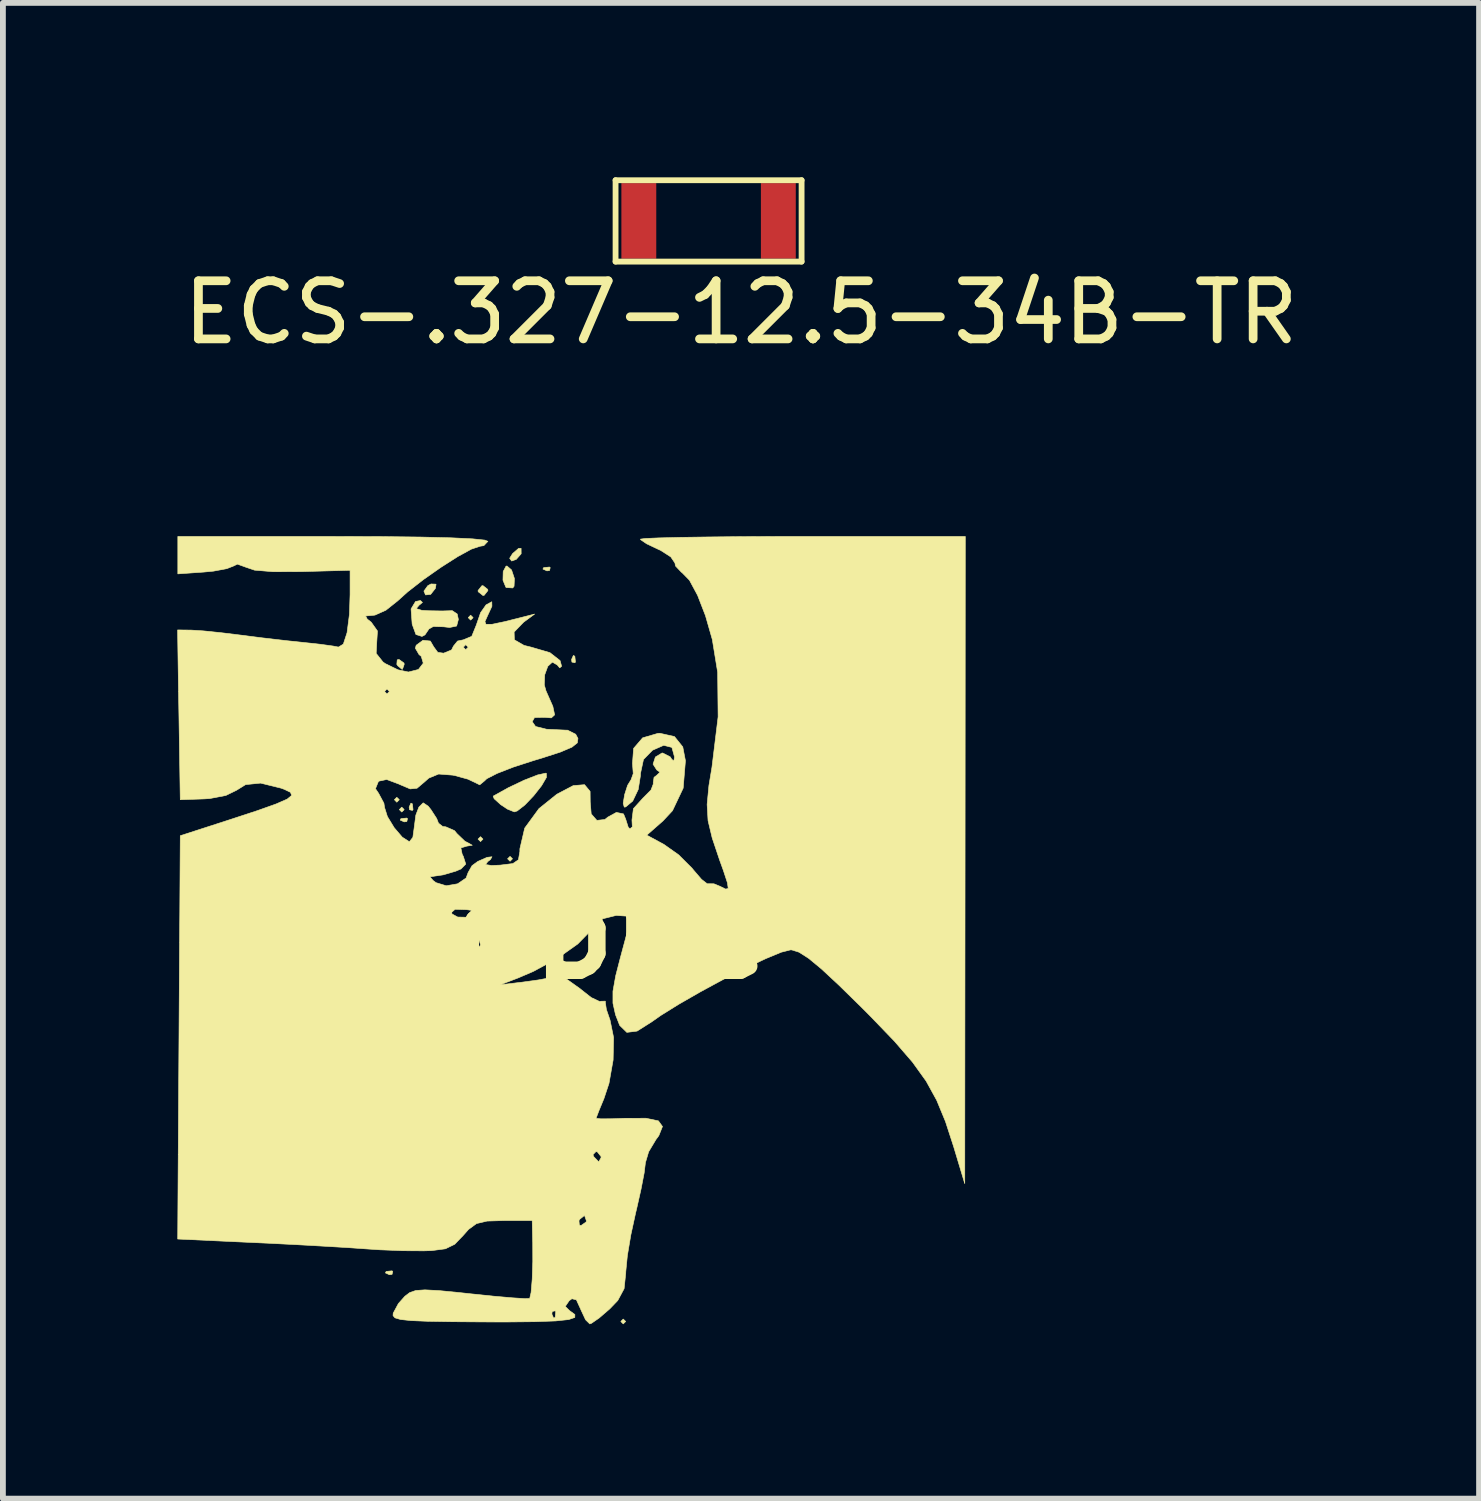
<source format=kicad_pcb>
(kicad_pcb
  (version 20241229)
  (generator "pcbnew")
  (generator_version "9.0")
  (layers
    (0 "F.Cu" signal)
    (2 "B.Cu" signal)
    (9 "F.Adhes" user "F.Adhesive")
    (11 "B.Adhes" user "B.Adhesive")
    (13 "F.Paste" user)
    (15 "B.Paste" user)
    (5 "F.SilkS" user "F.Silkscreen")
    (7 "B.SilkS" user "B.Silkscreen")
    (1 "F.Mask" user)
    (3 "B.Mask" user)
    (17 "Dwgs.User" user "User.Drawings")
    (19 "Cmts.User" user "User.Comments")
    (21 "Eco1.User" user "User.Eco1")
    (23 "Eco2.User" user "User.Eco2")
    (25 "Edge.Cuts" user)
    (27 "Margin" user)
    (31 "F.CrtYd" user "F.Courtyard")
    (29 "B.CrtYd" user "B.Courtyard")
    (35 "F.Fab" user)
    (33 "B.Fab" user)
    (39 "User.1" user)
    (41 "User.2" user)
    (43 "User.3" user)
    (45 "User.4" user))
  (footprint "hoppe"
    (layer "F.Cu")
    (at 6.782 12.951)
    (property "Reference" "hoppe" (at 0 0 0) (layer "F.SilkS") (effects (font (size 1.524 1.524) (thickness 0.3))))
    (attr through_hole)
    (fp_poly (pts (xy -2.963 -2.244) (xy -3.006 -2.201) (xy -3.048 -2.244) (xy -3.006 -2.286) (xy -2.963 -2.244)) (stroke (width 0.01) (type solid)) (fill yes) (layer "F.SilkS"))
    (fp_poly (pts (xy -2.879 -2.074) (xy -2.921 -2.032) (xy -2.963 -2.074) (xy -2.921 -2.117) (xy -2.879 -2.074)) (stroke (width 0.01) (type solid)) (fill yes) (layer "F.SilkS"))
    (fp_poly (pts (xy -1.693 -5.376) (xy -1.736 -5.334) (xy -1.778 -5.376) (xy -1.736 -5.419) (xy -1.693 -5.376)) (stroke (width 0.01) (type solid)) (fill yes) (layer "F.SilkS"))
    (fp_poly (pts (xy -1.524 -1.566) (xy -1.566 -1.524) (xy -1.609 -1.566) (xy -1.566 -1.609) (xy -1.524 -1.566)) (stroke (width 0.01) (type solid)) (fill yes) (layer "F.SilkS"))
    (fp_poly (pts (xy -1.016 -1.228) (xy -1.058 -1.185) (xy -1.101 -1.228) (xy -1.058 -1.27) (xy -1.016 -1.228)) (stroke (width 0.01) (type solid)) (fill yes) (layer "F.SilkS"))
    (fp_poly (pts (xy 0.931 6.731) (xy 0.889 6.773) (xy 0.847 6.731) (xy 0.889 6.689) (xy 0.931 6.731)) (stroke (width 0.01) (type solid)) (fill yes) (layer "F.SilkS"))
    (fp_poly (pts (xy -3.076 5.87) (xy -3.088 5.921) (xy -3.133 5.927) (xy -3.202 5.896) (xy -3.189 5.87) (xy -3.089 5.86) (xy -3.076 5.87)) (stroke (width 0.01) (type solid)) (fill yes) (layer "F.SilkS"))
    (fp_poly (pts (xy -2.822 -1.919) (xy -2.834 -1.869) (xy -2.879 -1.863) (xy -2.948 -1.894) (xy -2.935 -1.919) (xy -2.835 -1.929) (xy -2.822 -1.919)) (stroke (width 0.01) (type solid)) (fill yes) (layer "F.SilkS"))
    (fp_poly (pts (xy -2.738 -2.173) (xy -2.727 -2.073) (xy -2.738 -2.06) (xy -2.788 -2.072) (xy -2.794 -2.117) (xy -2.763 -2.186) (xy -2.738 -2.173)) (stroke (width 0.01) (type solid)) (fill yes) (layer "F.SilkS"))
    (fp_poly (pts (xy -0.367 -6.237) (xy -0.379 -6.187) (xy -0.423 -6.181) (xy -0.493 -6.212) (xy -0.48 -6.237) (xy -0.379 -6.247) (xy -0.367 -6.237)) (stroke (width 0.01) (type solid)) (fill yes) (layer "F.SilkS"))
    (fp_poly (pts (xy 0.056 -4.713) (xy 0.067 -4.613) (xy 0.056 -4.6) (xy 0.006 -4.612) (xy 0 -4.657) (xy 0.031 -4.726) (xy 0.056 -4.713)) (stroke (width 0.01) (type solid)) (fill yes) (layer "F.SilkS"))
    (fp_poly (pts (xy -2.331 -5.952) (xy -2.342 -5.88) (xy -2.424 -5.776) (xy -2.512 -5.767) (xy -2.54 -5.833) (xy -2.473 -5.926) (xy -2.417 -5.956) (xy -2.331 -5.952)) (stroke (width 0.01) (type solid)) (fill yes) (layer "F.SilkS"))
    (fp_poly (pts (xy -0.867 -6.475) (xy -0.952 -6.378) (xy -1.031 -6.35) (xy -1.065 -6.398) (xy -1.014 -6.479) (xy -0.911 -6.568) (xy -0.868 -6.569) (xy -0.867 -6.475)) (stroke (width 0.01) (type solid)) (fill yes) (layer "F.SilkS"))
    (fp_poly (pts (xy -2.882 -4.595) (xy -2.879 -4.572) (xy -2.908 -4.49) (xy -2.916 -4.487) (xy -2.988 -4.547) (xy -3.006 -4.572) (xy -2.999 -4.65) (xy -2.968 -4.657) (xy -2.882 -4.595)) (stroke (width 0.01) (type solid)) (fill yes) (layer "F.SilkS"))
    (fp_poly (pts (xy -1.442 -5.862) (xy -1.439 -5.842) (xy -1.504 -5.76) (xy -1.524 -5.757) (xy -1.606 -5.822) (xy -1.609 -5.842) (xy -1.544 -5.924) (xy -1.524 -5.927) (xy -1.442 -5.862)) (stroke (width 0.01) (type solid)) (fill yes) (layer "F.SilkS"))
    (fp_poly (pts (xy -1.032 -6.196) (xy -0.983 -6.049) (xy -0.989 -5.916) (xy -1.012 -5.887) (xy -1.123 -5.894) (xy -1.131 -5.901) (xy -1.18 -6.021) (xy -1.176 -6.17) (xy -1.127 -6.262) (xy -1.111 -6.265) (xy -1.032 -6.196)) (stroke (width 0.01) (type solid)) (fill yes) (layer "F.SilkS"))
    (fp_poly (pts (xy -0.434 -2.699) (xy -0.432 -2.629) (xy -0.516 -2.485) (xy -0.652 -2.312) (xy -0.804 -2.153) (xy -0.935 -2.051) (xy -0.985 -2.035) (xy -1.104 -2.083) (xy -1.221 -2.161) (xy -1.332 -2.262) (xy -1.348 -2.306) (xy -1.087 -2.451) (xy -0.816 -2.58) (xy -0.586 -2.67) (xy -0.445 -2.701) (xy -0.434 -2.699)) (stroke (width 0.01) (type solid)) (fill yes) (layer "F.SilkS"))
    (fp_poly (pts (xy -2.565 -5.638) (xy -2.625 -5.588) (xy -2.672 -5.532) (xy -2.576 -5.502) (xy -2.455 -5.495) (xy -2.224 -5.491) (xy -2.061 -5.496) (xy -2.053 -5.497) (xy -1.967 -5.439) (xy -1.947 -5.345) (xy -1.977 -5.232) (xy -2.097 -5.207) (xy -2.201 -5.219) (xy -2.378 -5.224) (xy -2.455 -5.181) (xy -2.455 -5.179) (xy -2.522 -5.08) (xy -2.573 -5.053) (xy -2.677 -5.086) (xy -2.742 -5.264) (xy -2.761 -5.526) (xy -2.684 -5.654) (xy -2.599 -5.671) (xy -2.565 -5.638)) (stroke (width 0.01) (type solid)) (fill yes) (layer "F.SilkS"))
    (fp_poly (pts (xy -3.285 -6.771) (xy -2.607 -6.763) (xy -2.079 -6.75) (xy -1.705 -6.732) (xy -1.492 -6.71) (xy -1.439 -6.689) (xy -1.509 -6.615) (xy -1.577 -6.604) (xy -1.723 -6.555) (xy -1.959 -6.426) (xy -2.247 -6.242) (xy -2.547 -6.032) (xy -2.818 -5.821) (xy -2.995 -5.662) (xy -3.194 -5.504) (xy -3.382 -5.42) (xy -3.418 -5.416) (xy -3.543 -5.405) (xy -3.515 -5.352) (xy -3.446 -5.298) (xy -3.339 -5.147) (xy -3.351 -4.956) (xy -3.361 -4.761) (xy -3.245 -4.615) (xy -3.207 -4.587) (xy -2.986 -4.479) (xy -2.806 -4.441) (xy -2.634 -4.485) (xy -2.551 -4.593) (xy -2.586 -4.711) (xy -2.623 -4.74) (xy -2.687 -4.85) (xy -2.673 -4.901) (xy -2.556 -4.987) (xy -2.429 -4.974) (xy -2.371 -4.874) (xy -2.301 -4.779) (xy -2.201 -4.765) (xy -2.064 -4.821) (xy -2.041 -4.868) (xy -1.863 -4.868) (xy -1.82 -4.826) (xy -1.778 -4.868) (xy -1.82 -4.911) (xy -1.863 -4.868) (xy -2.041 -4.868) (xy -2.032 -4.886) (xy -1.961 -4.974) (xy -1.861 -4.995) (xy -1.717 -5.055) (xy -1.639 -5.247) (xy -1.565 -5.462) (xy -1.471 -5.596) (xy -1.372 -5.65) (xy -1.37 -5.572) (xy -1.449 -5.401) (xy -1.49 -5.308) (xy -1.473 -5.262) (xy -1.369 -5.262) (xy -1.153 -5.307) (xy -0.847 -5.384) (xy -0.635 -5.438) (xy -0.826 -5.297) (xy -0.988 -5.129) (xy -0.984 -4.995) (xy -0.817 -4.899) (xy -0.699 -4.87) (xy -0.372 -4.774) (xy -0.198 -4.638) (xy -0.171 -4.54) (xy -0.204 -4.512) (xy -0.246 -4.562) (xy -0.33 -4.611) (xy -0.409 -4.539) (xy -0.462 -4.393) (xy -0.469 -4.22) (xy -0.44 -4.117) (xy -0.322 -3.85) (xy -0.291 -3.704) (xy -0.348 -3.652) (xy -0.464 -3.661) (xy -0.637 -3.658) (xy -0.677 -3.587) (xy -0.619 -3.504) (xy -0.431 -3.457) (xy -0.096 -3.441) (xy -0.069 -3.441) (xy 0.071 -3.371) (xy 0.11 -3.298) (xy 0.099 -3.222) (xy 0.006 -3.148) (xy -0.194 -3.063) (xy -0.526 -2.956) (xy -0.654 -2.918) (xy -1 -2.806) (xy -1.28 -2.697) (xy -1.458 -2.606) (xy -1.5 -2.566) (xy -1.58 -2.5) (xy -1.64 -2.53) (xy -1.783 -2.598) (xy -2.009 -2.66) (xy -2.045 -2.667) (xy -2.287 -2.686) (xy -2.456 -2.616) (xy -2.528 -2.552) (xy -2.658 -2.442) (xy -2.776 -2.43) (xy -2.962 -2.509) (xy -2.966 -2.512) (xy -3.18 -2.592) (xy -3.309 -2.565) (xy -3.326 -2.55) (xy -3.373 -2.434) (xy -3.319 -2.354) (xy -3.228 -2.184) (xy -3.217 -2.111) (xy -3.168 -1.955) (xy -3.052 -1.764) (xy -2.912 -1.6) (xy -2.794 -1.524) (xy -2.788 -1.524) (xy -2.73 -1.597) (xy -2.708 -1.757) (xy -2.679 -1.979) (xy -2.627 -2.116) (xy -2.552 -2.191) (xy -2.466 -2.133) (xy -2.419 -2.074) (xy -2.32 -1.921) (xy -2.289 -1.841) (xy -2.217 -1.784) (xy -2.163 -1.778) (xy -2.014 -1.713) (xy -1.973 -1.663) (xy -1.835 -1.53) (xy -1.778 -1.501) (xy -1.708 -1.461) (xy -1.801 -1.446) (xy -1.802 -1.446) (xy -1.904 -1.415) (xy -1.882 -1.308) (xy -1.862 -1.269) (xy -1.82 -1.137) (xy -1.901 -1.054) (xy -1.992 -1.015) (xy -2.207 -0.952) (xy -2.35 -0.931) (xy -2.435 -0.917) (xy -2.382 -0.855) (xy -2.333 -0.818) (xy -2.156 -0.764) (xy -1.96 -0.798) (xy -1.814 -0.898) (xy -1.779 -0.992) (xy -1.712 -1.11) (xy -1.614 -1.182) (xy -1.453 -1.253) (xy -1.369 -1.263) (xy -1.396 -1.214) (xy -1.439 -1.182) (xy -1.48 -1.129) (xy -1.378 -1.113) (xy -1.228 -1.119) (xy -1.01 -1.146) (xy -0.914 -1.211) (xy -0.889 -1.354) (xy -0.889 -1.4) (xy -0.806 -1.756) (xy -0.561 -2.091) (xy -0.254 -2.338) (xy 0.029 -2.487) (xy 0.223 -2.503) (xy 0.319 -2.388) (xy 0.321 -2.204) (xy 0.338 -2) (xy 0.435 -1.889) (xy 0.573 -1.904) (xy 0.624 -1.945) (xy 0.771 -2.026) (xy 0.894 -2) (xy 0.931 -1.91) (xy 0.975 -1.771) (xy 1.004 -1.743) (xy 1.045 -1.777) (xy 1.039 -1.895) (xy 1.064 -2.091) (xy 1.227 -2.271) (xy 1.366 -2.411) (xy 1.408 -2.52) (xy 1.404 -2.529) (xy 1.419 -2.63) (xy 1.46 -2.66) (xy 1.52 -2.717) (xy 1.465 -2.757) (xy 1.402 -2.856) (xy 1.442 -2.979) (xy 1.555 -3.047) (xy 1.568 -3.048) (xy 1.698 -2.981) (xy 1.722 -2.942) (xy 1.759 -2.909) (xy 1.771 -2.98) (xy 1.726 -3.144) (xy 1.585 -3.18) (xy 1.393 -3.096) (xy 1.237 -2.936) (xy 1.186 -2.698) (xy 1.185 -2.659) (xy 1.147 -2.421) (xy 1.052 -2.221) (xy 0.931 -2.12) (xy 0.907 -2.117) (xy 0.888 -2.183) (xy 0.913 -2.333) (xy 0.964 -2.492) (xy 1.022 -2.586) (xy 1.023 -2.587) (xy 1.061 -2.693) (xy 1.048 -2.868) (xy 1.067 -3.127) (xy 1.223 -3.309) (xy 1.487 -3.386) (xy 1.52 -3.387) (xy 1.77 -3.331) (xy 1.913 -3.153) (xy 1.959 -2.915) (xy 1.92 -2.443) (xy 1.736 -2.055) (xy 1.572 -1.879) (xy 1.294 -1.635) (xy 1.588 -1.476) (xy 1.841 -1.297) (xy 2.072 -1.067) (xy 2.096 -1.037) (xy 2.236 -0.874) (xy 2.334 -0.798) (xy 2.351 -0.799) (xy 2.449 -0.798) (xy 2.551 -0.756) (xy 2.651 -0.707) (xy 2.695 -0.718) (xy 2.681 -0.816) (xy 2.611 -1.029) (xy 2.548 -1.203) (xy 2.419 -1.587) (xy 2.348 -1.884) (xy 2.332 -2.163) (xy 2.363 -2.489) (xy 2.415 -2.802) (xy 2.521 -3.671) (xy 2.513 -4.436) (xy 2.421 -5.001) (xy 2.304 -5.409) (xy 2.168 -5.76) (xy 2.028 -6.02) (xy 1.9 -6.151) (xy 1.892 -6.155) (xy 1.788 -6.265) (xy 1.778 -6.316) (xy 1.707 -6.421) (xy 1.531 -6.534) (xy 1.482 -6.556) (xy 1.291 -6.647) (xy 1.19 -6.716) (xy 1.185 -6.727) (xy 1.267 -6.738) (xy 1.498 -6.748) (xy 1.859 -6.757) (xy 2.33 -6.764) (xy 2.891 -6.77) (xy 3.523 -6.773) (xy 3.979 -6.773) (xy 6.773 -6.773) (xy 6.769 -1.206) (xy 6.764 4.36) (xy 6.573 3.725) (xy 6.432 3.291) (xy 6.281 2.926) (xy 6.1 2.597) (xy 5.865 2.27) (xy 5.554 1.91) (xy 5.144 1.484) (xy 4.994 1.333) (xy 4.598 0.945) (xy 4.299 0.667) (xy 4.076 0.483) (xy 3.913 0.379) (xy 3.79 0.34) (xy 3.765 0.339) (xy 3.607 0.379) (xy 3.339 0.49) (xy 2.994 0.653) (xy 2.607 0.849) (xy 2.212 1.063) (xy 1.843 1.275) (xy 1.533 1.468) (xy 1.381 1.575) (xy 1.127 1.736) (xy 0.951 1.758) (xy 0.828 1.638) (xy 0.756 1.454) (xy 0.712 1.255) (xy 0.712 1.051) (xy 0.759 0.786) (xy 0.838 0.479) (xy 0.921 0.17) (xy 0.984 -0.071) (xy 1.015 -0.202) (xy 1.016 -0.213) (xy 0.942 -0.242) (xy 0.768 -0.254) (xy 0.535 -0.196) (xy 0.339 -0.000404) (xy 0.339 -0.000327) (xy 0.107 0.237) (xy -0.241 0.484) (xy -0.657 0.709) (xy -0.918 0.821) (xy -1.228 0.939) (xy -0.847 0.894) (xy -0.573 0.856) (xy -0.347 0.814) (xy -0.296 0.802) (xy -0.103 0.829) (xy 0.146 1.006) (xy 0.155 1.014) (xy 0.339 1.159) (xy 0.481 1.226) (xy 0.516 1.222) (xy 0.581 1.221) (xy 0.581 1.243) (xy 0.599 1.364) (xy 0.662 1.547) (xy 0.723 1.847) (xy 0.715 2.233) (xy 0.644 2.635) (xy 0.557 2.897) (xy 0.473 3.1) (xy 0.426 3.223) (xy 0.423 3.236) (xy 0.5 3.245) (xy 0.698 3.244) (xy 0.91 3.236) (xy 1.279 3.235) (xy 1.494 3.28) (xy 1.564 3.377) (xy 1.501 3.535) (xy 1.452 3.601) (xy 1.326 3.812) (xy 1.269 4.004) (xy 1.269 4.012) (xy 1.249 4.176) (xy 1.196 4.451) (xy 1.121 4.785) (xy 1.101 4.868) (xy 1.02 5.24) (xy 0.96 5.598) (xy 0.933 5.872) (xy 0.932 5.901) (xy 0.904 6.167) (xy 0.795 6.37) (xy 0.656 6.515) (xy 0.475 6.671) (xy 0.342 6.763) (xy 0.313 6.773) (xy 0.241 6.702) (xy 0.161 6.531) (xy 0.158 6.523) (xy 0.083 6.359) (xy 0.006 6.34) (xy -0.041 6.374) (xy -0.108 6.472) (xy -0.034 6.545) (xy 0.057 6.611) (xy 0.056 6.662) (xy -0.049 6.698) (xy -0.275 6.722) (xy -0.633 6.735) (xy -1.138 6.74) (xy -1.51 6.739) (xy -2.068 6.735) (xy -2.478 6.728) (xy -2.762 6.716) (xy -2.941 6.697) (xy -3.037 6.669) (xy -3.071 6.63) (xy -3.069 6.604) (xy -0.339 6.604) (xy -0.308 6.674) (xy -0.282 6.66) (xy -0.272 6.56) (xy -0.282 6.548) (xy -0.333 6.559) (xy -0.339 6.604) (xy -3.069 6.604) (xy -3.068 6.588) (xy -2.979 6.423) (xy -2.867 6.297) (xy -2.784 6.234) (xy -2.68 6.198) (xy -2.522 6.187) (xy -2.277 6.2) (xy -1.911 6.236) (xy -1.725 6.256) (xy -1.338 6.296) (xy -1.019 6.324) (xy -0.802 6.338) (xy -0.72 6.335) (xy -0.696 6.231) (xy -0.677 6.004) (xy -0.667 5.701) (xy -0.668 5.369) (xy -0.669 5.355) (xy -0.677 4.995) (xy 0.127 4.995) (xy 0.134 5.073) (xy 0.164 5.08) (xy 0.251 5.019) (xy 0.254 4.995) (xy 0.225 4.913) (xy 0.217 4.911) (xy 0.144 4.97) (xy 0.127 4.995) (xy -0.677 4.995) (xy -1.164 4.995) (xy -1.453 5.004) (xy -1.635 5.047) (xy -1.772 5.147) (xy -1.863 5.25) (xy -2.01 5.403) (xy -2.17 5.481) (xy -2.406 5.512) (xy -2.54 5.516) (xy -2.893 5.514) (xy -3.303 5.498) (xy -3.556 5.481) (xy -3.839 5.461) (xy -4.245 5.437) (xy -4.727 5.41) (xy -5.239 5.384) (xy -5.441 5.375) (xy -6.775 5.313) (xy -6.766 3.862) (xy 0.368 3.862) (xy 0.381 3.895) (xy 0.457 3.975) (xy 0.471 3.979) (xy 0.507 3.914) (xy 0.508 3.895) (xy 0.443 3.813) (xy 0.418 3.81) (xy 0.368 3.862) (xy -6.766 3.862) (xy -6.753 1.844) (xy -6.743 0.209) (xy -1.742 0.209) (xy -1.736 0.254) (xy -1.663 0.335) (xy -1.651 0.339) (xy -1.584 0.28) (xy -1.566 0.254) (xy -1.586 0.182) (xy -1.651 0.169) (xy -1.742 0.209) (xy -6.743 0.209) (xy -6.739 -0.307) (xy -2.063 -0.307) (xy -2.056 -0.279) (xy -1.959 -0.226) (xy -1.781 -0.222) (xy -1.603 -0.263) (xy -1.541 -0.298) (xy -1.597 -0.321) (xy -1.768 -0.348) (xy -1.806 -0.353) (xy -2.004 -0.359) (xy -2.063 -0.307) (xy -6.739 -0.307) (xy -6.731 -1.625) (xy -5.875 -1.902) (xy -5.406 -2.056) (xy -5.083 -2.171) (xy -4.891 -2.255) (xy -4.814 -2.319) (xy -4.836 -2.372) (xy -4.942 -2.423) (xy -4.997 -2.443) (xy -5.349 -2.53) (xy -5.607 -2.504) (xy -5.765 -2.406) (xy -5.948 -2.317) (xy -6.227 -2.264) (xy -6.322 -2.258) (xy -6.731 -2.244) (xy -6.754 -3.704) (xy -6.761 -4.106) (xy -3.217 -4.106) (xy -3.175 -4.064) (xy -3.133 -4.106) (xy -3.175 -4.149) (xy -3.217 -4.106) (xy -6.761 -4.106) (xy -6.777 -5.165) (xy -6.542 -5.162) (xy -6.339 -5.149) (xy -6.035 -5.118) (xy -5.715 -5.079) (xy -5.315 -5.028) (xy -4.892 -4.979) (xy -4.614 -4.95) (xy -4.327 -4.919) (xy -4.103 -4.888) (xy -4.01 -4.87) (xy -3.926 -4.921) (xy -3.862 -5.116) (xy -3.821 -5.434) (xy -3.81 -5.773) (xy -3.81 -6.191) (xy -4.647 -6.168) (xy -5.132 -6.166) (xy -5.453 -6.193) (xy -5.606 -6.245) (xy -5.749 -6.297) (xy -5.806 -6.268) (xy -5.93 -6.219) (xy -6.161 -6.176) (xy -6.329 -6.16) (xy -6.773 -6.129) (xy -6.773 -6.773) (xy -4.106 -6.773) (xy -3.285 -6.771)) (stroke (width 0.01) (type solid)) (fill yes) (layer "F.SilkS")))
  (footprint "ECS-.327-12.5-34B-TR"
    (layer "F.Cu")
    (at 7.939 0.75)
    (property "Reference" "ECS-.327-12.5-34B-TR" (at 1.758 1.575 0) (layer "F.SilkS") (effects (font (size 1 1) (thickness 0.15))))
    (attr through_hole)
    (fp_line (start -0.4 -0.7) (end 2.8 -0.7) (stroke (width 0.1) (type solid)) (layer "F.SilkS"))
    (fp_line (start -0.4 0.7) (end -0.4 -0.7) (stroke (width 0.1) (type solid)) (layer "F.SilkS"))
    (fp_line (start 2.8 -0.7) (end 2.8 0.7) (stroke (width 0.1) (type solid)) (layer "F.SilkS"))
    (fp_line (start 2.8 0.7) (end -0.4 0.7) (stroke (width 0.1) (type solid)) (layer "F.SilkS"))
    (pad "1" smd rect (at 0 0) (size 0.6 1.3) (layers "F.Cu" "F.Mask" "F.Paste"))
    (pad "2" smd rect (at 2.4 0) (size 0.6 1.3) (layers "F.Cu" "F.Mask" "F.Paste")))
  (gr_rect
    (start -3 -3)
    (end 22.393 22.73)
    (stroke (width 0.1) (type default))
    (fill no)
    (layer "Edge.Cuts")))
</source>
